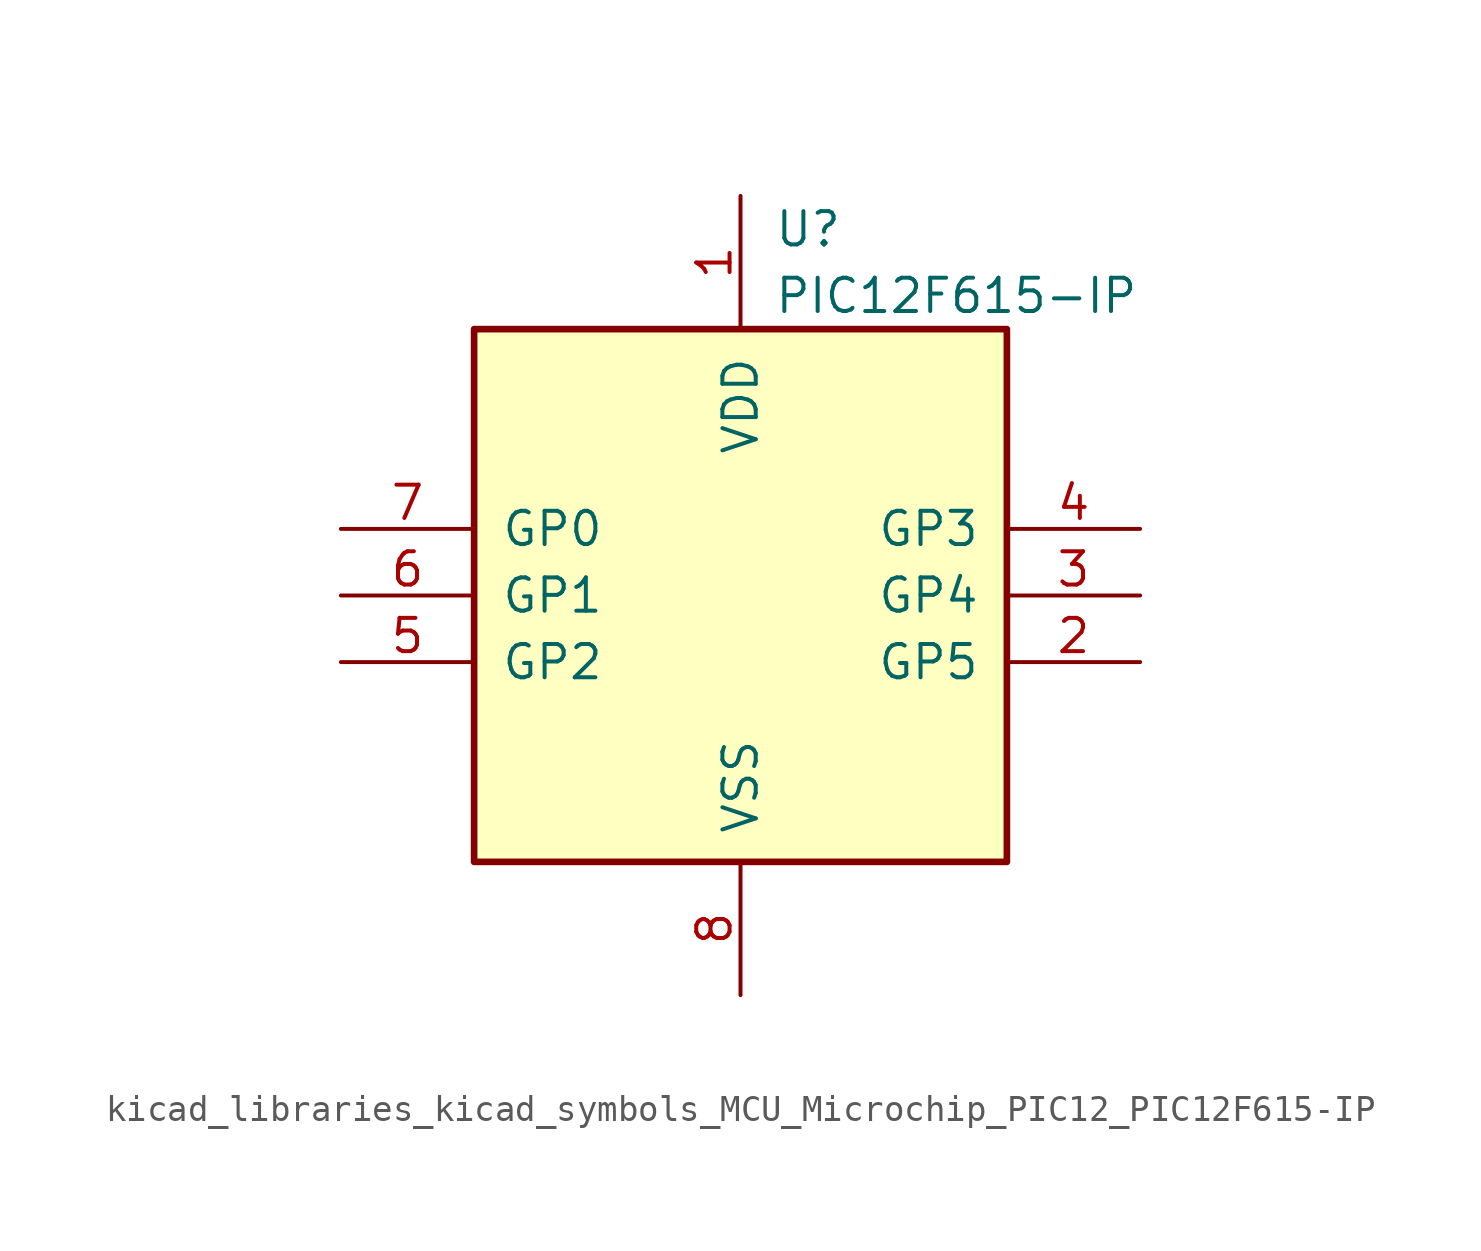
<source format=kicad_sym>
(kicad_symbol_lib
  (version 20220914)
  (generator kicad_symbol_editor)
  (symbol "kicad_libraries_kicad_symbols_MCU_Microchip_PIC12_PIC12F615-IP"
    (pin_names
      (offset 1.016))
    (property "Reference" "U"
      (at 1.27 13.97 0)
      (effects (font (size 1.27 1.27)) (justify left)))
    (property "Value" "PIC12F615-IP"
      (at 1.27 11.43 0)
      (effects (font (size 1.27 1.27)) (justify left)))
    (symbol "kicad_libraries_kicad_symbols_MCU_Microchip_PIC12_PIC12F615-IP_0_1"
      (rectangle (start 10.16 -10.16) (end -10.16 10.16) (stroke (width 0.254) (type default)) (fill (type background))))
    (symbol "kicad_libraries_kicad_symbols_MCU_Microchip_PIC12_PIC12F615-IP_1_1"
      (pin power_in line (at 0 15.24 270) (length 5.08) (name "VDD" (effects (font (size 1.27 1.27)))) (number "1" (effects (font (size 1.27 1.27)))))
      (pin bidirectional line (at 15.24 -2.54 180) (length 5.08) (name "GP5" (effects (font (size 1.27 1.27)))) (number "2" (effects (font (size 1.27 1.27)))))
      (pin bidirectional line (at 15.24 0 180) (length 5.08) (name "GP4" (effects (font (size 1.27 1.27)))) (number "3" (effects (font (size 1.27 1.27)))))
      (pin input line (at 15.24 2.54 180) (length 5.08) (name "GP3" (effects (font (size 1.27 1.27)))) (number "4" (effects (font (size 1.27 1.27)))))
      (pin bidirectional line (at -15.24 -2.54 0) (length 5.08) (name "GP2" (effects (font (size 1.27 1.27)))) (number "5" (effects (font (size 1.27 1.27)))))
      (pin bidirectional line (at -15.24 0 0) (length 5.08) (name "GP1" (effects (font (size 1.27 1.27)))) (number "6" (effects (font (size 1.27 1.27)))))
      (pin bidirectional line (at -15.24 2.54 0) (length 5.08) (name "GP0" (effects (font (size 1.27 1.27)))) (number "7" (effects (font (size 1.27 1.27)))))
      (pin power_in line (at 0 -15.24 90) (length 5.08) (name "VSS" (effects (font (size 1.27 1.27)))) (number "8" (effects (font (size 1.27 1.27))))))))
</source>
